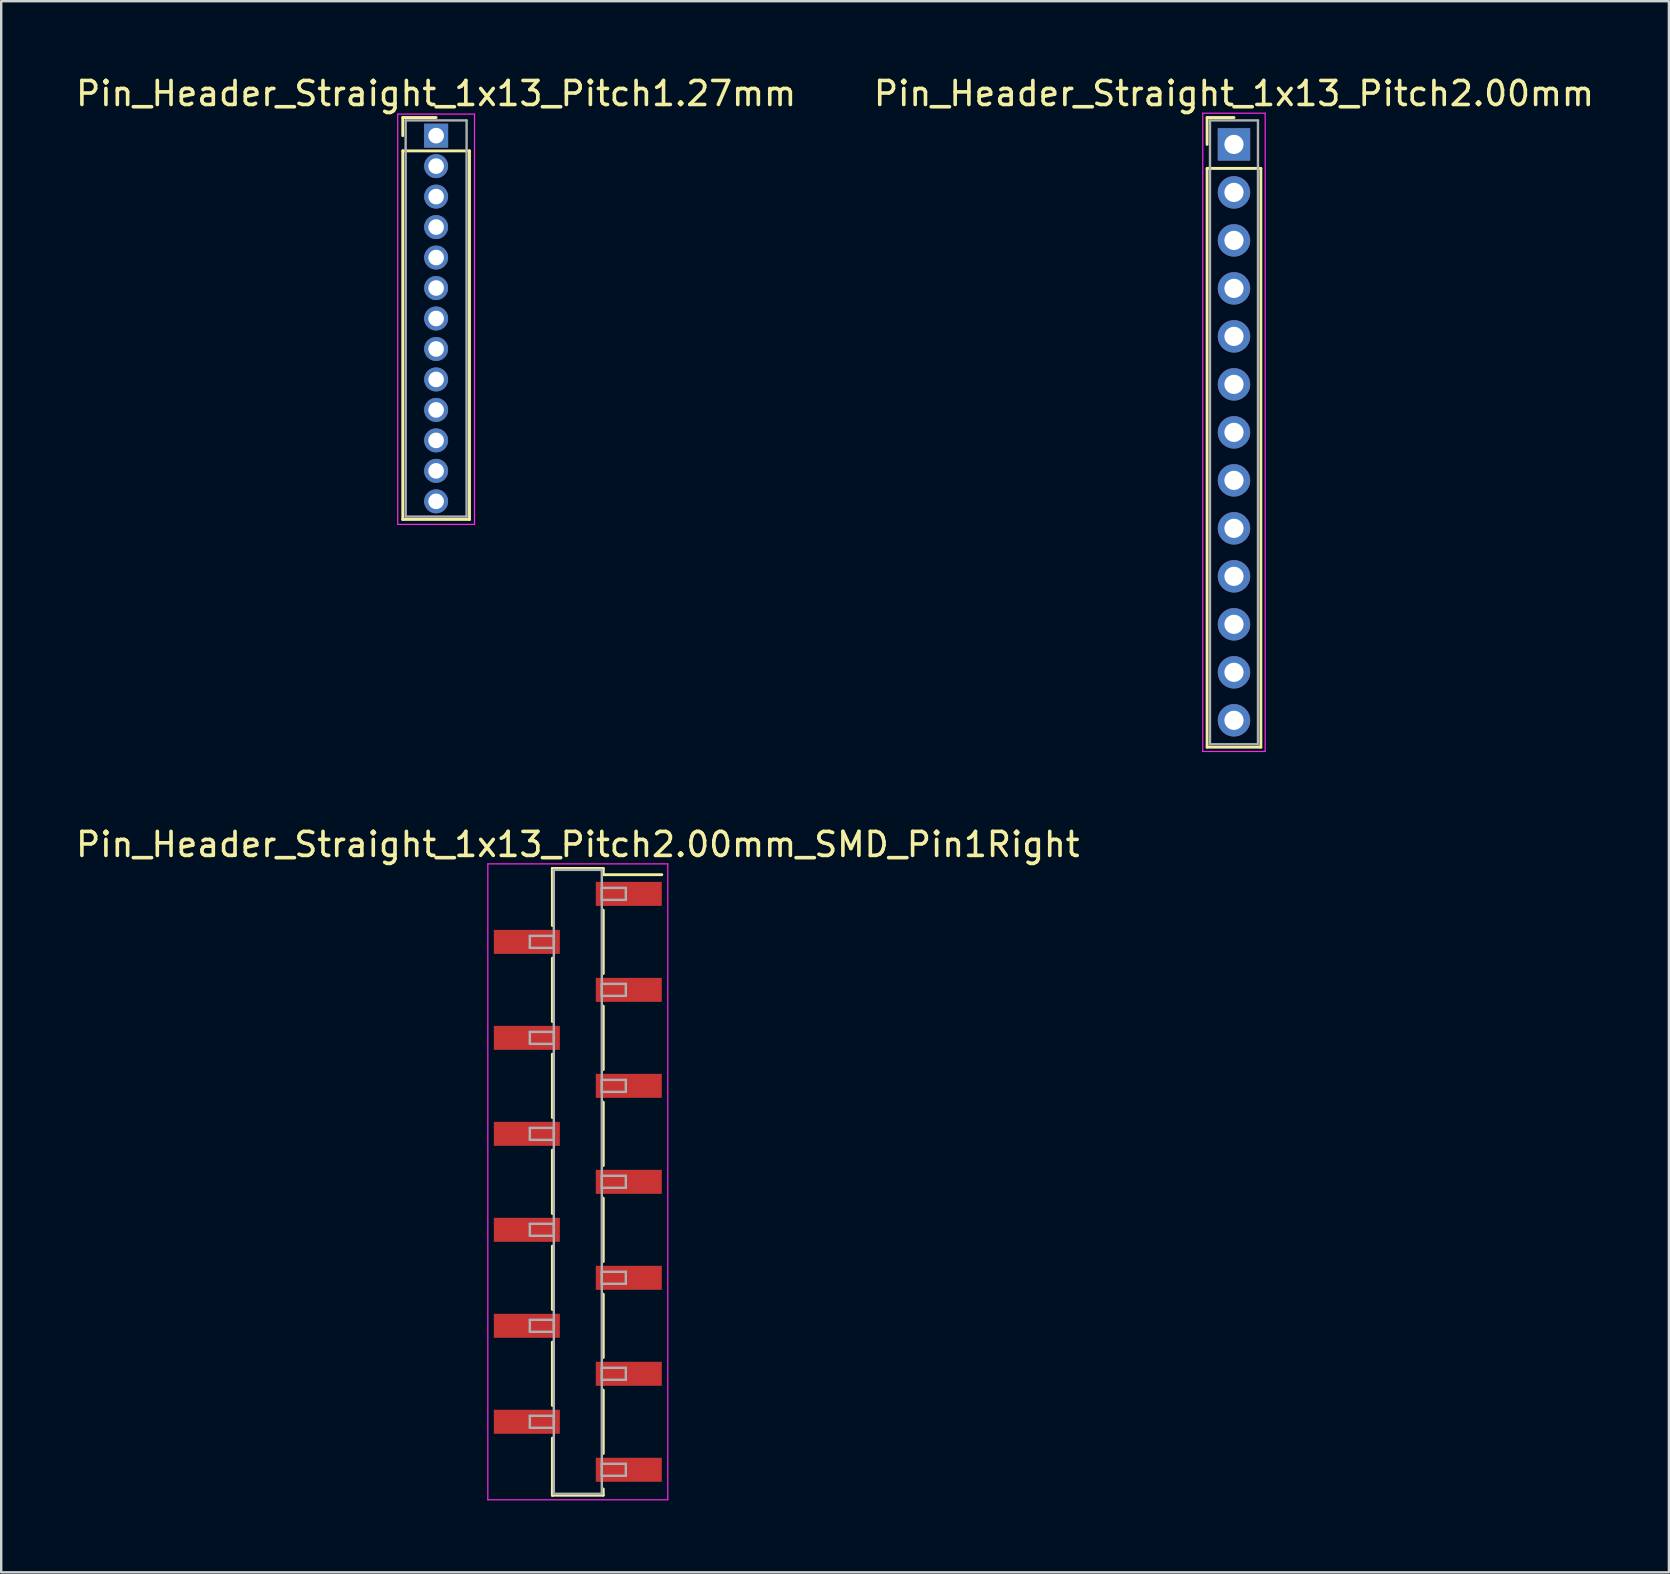
<source format=kicad_pcb>
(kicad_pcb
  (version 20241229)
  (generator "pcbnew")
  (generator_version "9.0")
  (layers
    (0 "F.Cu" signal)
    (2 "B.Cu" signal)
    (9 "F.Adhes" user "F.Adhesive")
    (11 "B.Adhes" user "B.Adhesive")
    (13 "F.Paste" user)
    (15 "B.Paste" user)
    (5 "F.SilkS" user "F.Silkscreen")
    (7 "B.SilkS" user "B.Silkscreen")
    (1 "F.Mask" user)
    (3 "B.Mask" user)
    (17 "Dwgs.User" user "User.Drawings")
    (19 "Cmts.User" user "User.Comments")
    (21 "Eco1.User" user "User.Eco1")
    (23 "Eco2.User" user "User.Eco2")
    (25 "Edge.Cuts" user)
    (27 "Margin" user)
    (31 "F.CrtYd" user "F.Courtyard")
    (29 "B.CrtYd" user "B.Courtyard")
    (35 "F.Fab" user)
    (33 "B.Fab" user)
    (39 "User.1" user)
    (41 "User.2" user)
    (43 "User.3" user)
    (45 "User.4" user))
  (footprint "Pin_Header_Straight_1x13_Pitch2.00mm_SMD_Pin1Right"
    (layer "F.Cu")
    (at 21.03 46.202)
    (property "Reference" "Pin_Header_Straight_1x13_Pitch2.00mm_SMD_Pin1Right" (at 0 -14.06 0) (layer "F.SilkS") (effects (font (size 1 1) (thickness 0.15))))
    (attr smd)
    (fp_line (start -1.06 -13.06) (end -1.06 -10.68) (stroke (width 0.12) (type solid)) (layer "F.SilkS"))
    (fp_line (start -1.06 -13.06) (end 1.06 -13.06) (stroke (width 0.12) (type solid)) (layer "F.SilkS"))
    (fp_line (start -1.06 -12.8) (end -1.06 -13.06) (stroke (width 0.12) (type solid)) (layer "F.SilkS"))
    (fp_line (start -1.06 -9.32) (end -1.06 -6.68) (stroke (width 0.12) (type solid)) (layer "F.SilkS"))
    (fp_line (start -1.06 -5.32) (end -1.06 -2.68) (stroke (width 0.12) (type solid)) (layer "F.SilkS"))
    (fp_line (start -1.06 -1.32) (end -1.06 1.32) (stroke (width 0.12) (type solid)) (layer "F.SilkS"))
    (fp_line (start -1.06 2.68) (end -1.06 5.32) (stroke (width 0.12) (type solid)) (layer "F.SilkS"))
    (fp_line (start -1.06 6.68) (end -1.06 9.32) (stroke (width 0.12) (type solid)) (layer "F.SilkS"))
    (fp_line (start -1.06 10.68) (end -1.06 13.06) (stroke (width 0.12) (type solid)) (layer "F.SilkS"))
    (fp_line (start -1.06 12.8) (end -1.06 13.06) (stroke (width 0.12) (type solid)) (layer "F.SilkS"))
    (fp_line (start -1.06 13.06) (end 1.06 13.06) (stroke (width 0.12) (type solid)) (layer "F.SilkS"))
    (fp_line (start 1.06 -13.06) (end 1.06 -12.8) (stroke (width 0.12) (type solid)) (layer "F.SilkS"))
    (fp_line (start 1.06 -12.8) (end 3.5 -12.8) (stroke (width 0.12) (type solid)) (layer "F.SilkS"))
    (fp_line (start 1.06 -11.32) (end 1.06 -8.68) (stroke (width 0.12) (type solid)) (layer "F.SilkS"))
    (fp_line (start 1.06 -7.32) (end 1.06 -4.68) (stroke (width 0.12) (type solid)) (layer "F.SilkS"))
    (fp_line (start 1.06 -3.32) (end 1.06 -0.68) (stroke (width 0.12) (type solid)) (layer "F.SilkS"))
    (fp_line (start 1.06 0.68) (end 1.06 3.32) (stroke (width 0.12) (type solid)) (layer "F.SilkS"))
    (fp_line (start 1.06 4.68) (end 1.06 7.32) (stroke (width 0.12) (type solid)) (layer "F.SilkS"))
    (fp_line (start 1.06 8.68) (end 1.06 11.32) (stroke (width 0.12) (type solid)) (layer "F.SilkS"))
    (fp_line (start 1.06 13.06) (end 1.06 12.8) (stroke (width 0.12) (type solid)) (layer "F.SilkS"))
    (fp_line (start -3.75 -13.25) (end -3.75 13.25) (stroke (width 0.05) (type solid)) (layer "F.CrtYd"))
    (fp_line (start -3.75 13.25) (end 3.75 13.25) (stroke (width 0.05) (type solid)) (layer "F.CrtYd"))
    (fp_line (start 3.75 -13.25) (end -3.75 -13.25) (stroke (width 0.05) (type solid)) (layer "F.CrtYd"))
    (fp_line (start 3.75 13.25) (end 3.75 -13.25) (stroke (width 0.05) (type solid)) (layer "F.CrtYd"))
    (fp_line (start -2 -10.25) (end -1 -10.25) (stroke (width 0.1) (type solid)) (layer "F.Fab"))
    (fp_line (start -2 -9.75) (end -2 -10.25) (stroke (width 0.1) (type solid)) (layer "F.Fab"))
    (fp_line (start -2 -6.25) (end -1 -6.25) (stroke (width 0.1) (type solid)) (layer "F.Fab"))
    (fp_line (start -2 -5.75) (end -2 -6.25) (stroke (width 0.1) (type solid)) (layer "F.Fab"))
    (fp_line (start -2 -2.25) (end -1 -2.25) (stroke (width 0.1) (type solid)) (layer "F.Fab"))
    (fp_line (start -2 -1.75) (end -2 -2.25) (stroke (width 0.1) (type solid)) (layer "F.Fab"))
    (fp_line (start -2 1.75) (end -1 1.75) (stroke (width 0.1) (type solid)) (layer "F.Fab"))
    (fp_line (start -2 2.25) (end -2 1.75) (stroke (width 0.1) (type solid)) (layer "F.Fab"))
    (fp_line (start -2 5.75) (end -1 5.75) (stroke (width 0.1) (type solid)) (layer "F.Fab"))
    (fp_line (start -2 6.25) (end -2 5.75) (stroke (width 0.1) (type solid)) (layer "F.Fab"))
    (fp_line (start -2 9.75) (end -1 9.75) (stroke (width 0.1) (type solid)) (layer "F.Fab"))
    (fp_line (start -2 10.25) (end -2 9.75) (stroke (width 0.1) (type solid)) (layer "F.Fab"))
    (fp_line (start -1 -13) (end -1 13) (stroke (width 0.1) (type solid)) (layer "F.Fab"))
    (fp_line (start -1 -10.25) (end -1 -9.75) (stroke (width 0.1) (type solid)) (layer "F.Fab"))
    (fp_line (start -1 -9.75) (end -2 -9.75) (stroke (width 0.1) (type solid)) (layer "F.Fab"))
    (fp_line (start -1 -6.25) (end -1 -5.75) (stroke (width 0.1) (type solid)) (layer "F.Fab"))
    (fp_line (start -1 -5.75) (end -2 -5.75) (stroke (width 0.1) (type solid)) (layer "F.Fab"))
    (fp_line (start -1 -2.25) (end -1 -1.75) (stroke (width 0.1) (type solid)) (layer "F.Fab"))
    (fp_line (start -1 -1.75) (end -2 -1.75) (stroke (width 0.1) (type solid)) (layer "F.Fab"))
    (fp_line (start -1 1.75) (end -1 2.25) (stroke (width 0.1) (type solid)) (layer "F.Fab"))
    (fp_line (start -1 2.25) (end -2 2.25) (stroke (width 0.1) (type solid)) (layer "F.Fab"))
    (fp_line (start -1 5.75) (end -1 6.25) (stroke (width 0.1) (type solid)) (layer "F.Fab"))
    (fp_line (start -1 6.25) (end -2 6.25) (stroke (width 0.1) (type solid)) (layer "F.Fab"))
    (fp_line (start -1 9.75) (end -1 10.25) (stroke (width 0.1) (type solid)) (layer "F.Fab"))
    (fp_line (start -1 10.25) (end -2 10.25) (stroke (width 0.1) (type solid)) (layer "F.Fab"))
    (fp_line (start -1 13) (end 1 13) (stroke (width 0.1) (type solid)) (layer "F.Fab"))
    (fp_line (start 1 -13) (end -1 -13) (stroke (width 0.1) (type solid)) (layer "F.Fab"))
    (fp_line (start 1 -12.25) (end 1 -11.75) (stroke (width 0.1) (type solid)) (layer "F.Fab"))
    (fp_line (start 1 -11.75) (end 2 -11.75) (stroke (width 0.1) (type solid)) (layer "F.Fab"))
    (fp_line (start 1 -8.25) (end 1 -7.75) (stroke (width 0.1) (type solid)) (layer "F.Fab"))
    (fp_line (start 1 -7.75) (end 2 -7.75) (stroke (width 0.1) (type solid)) (layer "F.Fab"))
    (fp_line (start 1 -4.25) (end 1 -3.75) (stroke (width 0.1) (type solid)) (layer "F.Fab"))
    (fp_line (start 1 -3.75) (end 2 -3.75) (stroke (width 0.1) (type solid)) (layer "F.Fab"))
    (fp_line (start 1 -0.25) (end 1 0.25) (stroke (width 0.1) (type solid)) (layer "F.Fab"))
    (fp_line (start 1 0.25) (end 2 0.25) (stroke (width 0.1) (type solid)) (layer "F.Fab"))
    (fp_line (start 1 3.75) (end 1 4.25) (stroke (width 0.1) (type solid)) (layer "F.Fab"))
    (fp_line (start 1 4.25) (end 2 4.25) (stroke (width 0.1) (type solid)) (layer "F.Fab"))
    (fp_line (start 1 7.75) (end 1 8.25) (stroke (width 0.1) (type solid)) (layer "F.Fab"))
    (fp_line (start 1 8.25) (end 2 8.25) (stroke (width 0.1) (type solid)) (layer "F.Fab"))
    (fp_line (start 1 11.75) (end 1 12.25) (stroke (width 0.1) (type solid)) (layer "F.Fab"))
    (fp_line (start 1 12.25) (end 2 12.25) (stroke (width 0.1) (type solid)) (layer "F.Fab"))
    (fp_line (start 1 13) (end 1 -13) (stroke (width 0.1) (type solid)) (layer "F.Fab"))
    (fp_line (start 2 -12.25) (end 1 -12.25) (stroke (width 0.1) (type solid)) (layer "F.Fab"))
    (fp_line (start 2 -11.75) (end 2 -12.25) (stroke (width 0.1) (type solid)) (layer "F.Fab"))
    (fp_line (start 2 -8.25) (end 1 -8.25) (stroke (width 0.1) (type solid)) (layer "F.Fab"))
    (fp_line (start 2 -7.75) (end 2 -8.25) (stroke (width 0.1) (type solid)) (layer "F.Fab"))
    (fp_line (start 2 -4.25) (end 1 -4.25) (stroke (width 0.1) (type solid)) (layer "F.Fab"))
    (fp_line (start 2 -3.75) (end 2 -4.25) (stroke (width 0.1) (type solid)) (layer "F.Fab"))
    (fp_line (start 2 -0.25) (end 1 -0.25) (stroke (width 0.1) (type solid)) (layer "F.Fab"))
    (fp_line (start 2 0.25) (end 2 -0.25) (stroke (width 0.1) (type solid)) (layer "F.Fab"))
    (fp_line (start 2 3.75) (end 1 3.75) (stroke (width 0.1) (type solid)) (layer "F.Fab"))
    (fp_line (start 2 4.25) (end 2 3.75) (stroke (width 0.1) (type solid)) (layer "F.Fab"))
    (fp_line (start 2 7.75) (end 1 7.75) (stroke (width 0.1) (type solid)) (layer "F.Fab"))
    (fp_line (start 2 8.25) (end 2 7.75) (stroke (width 0.1) (type solid)) (layer "F.Fab"))
    (fp_line (start 2 11.75) (end 1 11.75) (stroke (width 0.1) (type solid)) (layer "F.Fab"))
    (fp_line (start 2 12.25) (end 2 11.75) (stroke (width 0.1) (type solid)) (layer "F.Fab"))
    (pad "1" smd rect (at 2.125 -12) (size 2.75 1) (layers "F.Cu" "F.Mask"))
    (pad "2" smd rect (at -2.125 -10) (size 2.75 1) (layers "F.Cu" "F.Mask"))
    (pad "3" smd rect (at 2.125 -8) (size 2.75 1) (layers "F.Cu" "F.Mask"))
    (pad "4" smd rect (at -2.125 -6) (size 2.75 1) (layers "F.Cu" "F.Mask"))
    (pad "5" smd rect (at 2.125 -4) (size 2.75 1) (layers "F.Cu" "F.Mask"))
    (pad "6" smd rect (at -2.125 -2) (size 2.75 1) (layers "F.Cu" "F.Mask"))
    (pad "7" smd rect (at 2.125 0) (size 2.75 1) (layers "F.Cu" "F.Mask"))
    (pad "8" smd rect (at -2.125 2) (size 2.75 1) (layers "F.Cu" "F.Mask"))
    (pad "9" smd rect (at 2.125 4) (size 2.75 1) (layers "F.Cu" "F.Mask"))
    (pad "10" smd rect (at -2.125 6) (size 2.75 1) (layers "F.Cu" "F.Mask"))
    (pad "11" smd rect (at 2.125 8) (size 2.75 1) (layers "F.Cu" "F.Mask"))
    (pad "12" smd rect (at -2.125 10) (size 2.75 1) (layers "F.Cu" "F.Mask"))
    (pad "13" smd rect (at 2.125 12) (size 2.75 1) (layers "F.Cu" "F.Mask")))
  (footprint "Pin_Header_Straight_1x13_Pitch1.27mm"
    (layer "F.Cu")
    (at 15.125 2.603)
    (property "Reference" "Pin_Header_Straight_1x13_Pitch1.27mm" (at 0 -1.755 0) (layer "F.SilkS") (effects (font (size 1 1) (thickness 0.15))))
    (attr through_hole)
    (fp_line (start -1.39 -0.755) (end 0 -0.755) (stroke (width 0.12) (type solid)) (layer "F.SilkS"))
    (fp_line (start -1.39 0) (end -1.39 -0.755) (stroke (width 0.12) (type solid)) (layer "F.SilkS"))
    (fp_line (start -1.39 0.635) (end -1.39 15.995) (stroke (width 0.12) (type solid)) (layer "F.SilkS"))
    (fp_line (start -1.39 15.995) (end 1.39 15.995) (stroke (width 0.12) (type solid)) (layer "F.SilkS"))
    (fp_line (start 1.39 0.635) (end -1.39 0.635) (stroke (width 0.12) (type solid)) (layer "F.SilkS"))
    (fp_line (start 1.39 15.995) (end 1.39 0.635) (stroke (width 0.12) (type solid)) (layer "F.SilkS"))
    (fp_line (start -1.6 -0.9) (end -1.6 16.2) (stroke (width 0.05) (type solid)) (layer "F.CrtYd"))
    (fp_line (start -1.6 16.2) (end 1.6 16.2) (stroke (width 0.05) (type solid)) (layer "F.CrtYd"))
    (fp_line (start 1.6 -0.9) (end -1.6 -0.9) (stroke (width 0.05) (type solid)) (layer "F.CrtYd"))
    (fp_line (start 1.6 16.2) (end 1.6 -0.9) (stroke (width 0.05) (type solid)) (layer "F.CrtYd"))
    (fp_line (start -1.27 -0.635) (end -1.27 15.875) (stroke (width 0.1) (type solid)) (layer "F.Fab"))
    (fp_line (start -1.27 15.875) (end 1.27 15.875) (stroke (width 0.1) (type solid)) (layer "F.Fab"))
    (fp_line (start 1.27 -0.635) (end -1.27 -0.635) (stroke (width 0.1) (type solid)) (layer "F.Fab"))
    (fp_line (start 1.27 15.875) (end 1.27 -0.635) (stroke (width 0.1) (type solid)) (layer "F.Fab"))
    (pad "1" thru_hole rect (at 0 0) (size 1 1) (drill 0.65) (layers "*.Cu" "*.Mask"))
    (pad "2" thru_hole oval (at 0 1.27) (size 1 1) (drill 0.65) (layers "*.Cu" "*.Mask"))
    (pad "3" thru_hole oval (at 0 2.54) (size 1 1) (drill 0.65) (layers "*.Cu" "*.Mask"))
    (pad "4" thru_hole oval (at 0 3.81) (size 1 1) (drill 0.65) (layers "*.Cu" "*.Mask"))
    (pad "5" thru_hole oval (at 0 5.08) (size 1 1) (drill 0.65) (layers "*.Cu" "*.Mask"))
    (pad "6" thru_hole oval (at 0 6.35) (size 1 1) (drill 0.65) (layers "*.Cu" "*.Mask"))
    (pad "7" thru_hole oval (at 0 7.62) (size 1 1) (drill 0.65) (layers "*.Cu" "*.Mask"))
    (pad "8" thru_hole oval (at 0 8.89) (size 1 1) (drill 0.65) (layers "*.Cu" "*.Mask"))
    (pad "9" thru_hole oval (at 0 10.16) (size 1 1) (drill 0.65) (layers "*.Cu" "*.Mask"))
    (pad "10" thru_hole oval (at 0 11.43) (size 1 1) (drill 0.65) (layers "*.Cu" "*.Mask"))
    (pad "11" thru_hole oval (at 0 12.7) (size 1 1) (drill 0.65) (layers "*.Cu" "*.Mask"))
    (pad "12" thru_hole oval (at 0 13.97) (size 1 1) (drill 0.65) (layers "*.Cu" "*.Mask"))
    (pad "13" thru_hole oval (at 0 15.24) (size 1 1) (drill 0.65) (layers "*.Cu" "*.Mask")))
  (footprint "Pin_Header_Straight_1x13_Pitch2.00mm"
    (layer "F.Cu")
    (at 48.375 2.968)
    (property "Reference" "Pin_Header_Straight_1x13_Pitch2.00mm" (at 0 -2.12 0) (layer "F.SilkS") (effects (font (size 1 1) (thickness 0.15))))
    (attr through_hole)
    (fp_line (start -1.12 -1.12) (end 0 -1.12) (stroke (width 0.12) (type solid)) (layer "F.SilkS"))
    (fp_line (start -1.12 0) (end -1.12 -1.12) (stroke (width 0.12) (type solid)) (layer "F.SilkS"))
    (fp_line (start -1.12 1) (end -1.12 25.12) (stroke (width 0.12) (type solid)) (layer "F.SilkS"))
    (fp_line (start -1.12 25.12) (end 1.12 25.12) (stroke (width 0.12) (type solid)) (layer "F.SilkS"))
    (fp_line (start 1.12 1) (end -1.12 1) (stroke (width 0.12) (type solid)) (layer "F.SilkS"))
    (fp_line (start 1.12 25.12) (end 1.12 1) (stroke (width 0.12) (type solid)) (layer "F.SilkS"))
    (fp_line (start -1.3 -1.3) (end -1.3 25.3) (stroke (width 0.05) (type solid)) (layer "F.CrtYd"))
    (fp_line (start -1.3 25.3) (end 1.3 25.3) (stroke (width 0.05) (type solid)) (layer "F.CrtYd"))
    (fp_line (start 1.3 -1.3) (end -1.3 -1.3) (stroke (width 0.05) (type solid)) (layer "F.CrtYd"))
    (fp_line (start 1.3 25.3) (end 1.3 -1.3) (stroke (width 0.05) (type solid)) (layer "F.CrtYd"))
    (fp_line (start -1 -1) (end -1 25) (stroke (width 0.1) (type solid)) (layer "F.Fab"))
    (fp_line (start -1 25) (end 1 25) (stroke (width 0.1) (type solid)) (layer "F.Fab"))
    (fp_line (start 1 -1) (end -1 -1) (stroke (width 0.1) (type solid)) (layer "F.Fab"))
    (fp_line (start 1 25) (end 1 -1) (stroke (width 0.1) (type solid)) (layer "F.Fab"))
    (pad "1" thru_hole rect (at 0 0) (size 1.35 1.35) (drill 0.8) (layers "*.Cu" "*.Mask"))
    (pad "2" thru_hole oval (at 0 2) (size 1.35 1.35) (drill 0.8) (layers "*.Cu" "*.Mask"))
    (pad "3" thru_hole oval (at 0 4) (size 1.35 1.35) (drill 0.8) (layers "*.Cu" "*.Mask"))
    (pad "4" thru_hole oval (at 0 6) (size 1.35 1.35) (drill 0.8) (layers "*.Cu" "*.Mask"))
    (pad "5" thru_hole oval (at 0 8) (size 1.35 1.35) (drill 0.8) (layers "*.Cu" "*.Mask"))
    (pad "6" thru_hole oval (at 0 10) (size 1.35 1.35) (drill 0.8) (layers "*.Cu" "*.Mask"))
    (pad "7" thru_hole oval (at 0 12) (size 1.35 1.35) (drill 0.8) (layers "*.Cu" "*.Mask"))
    (pad "8" thru_hole oval (at 0 14) (size 1.35 1.35) (drill 0.8) (layers "*.Cu" "*.Mask"))
    (pad "9" thru_hole oval (at 0 16) (size 1.35 1.35) (drill 0.8) (layers "*.Cu" "*.Mask"))
    (pad "10" thru_hole oval (at 0 18) (size 1.35 1.35) (drill 0.8) (layers "*.Cu" "*.Mask"))
    (pad "11" thru_hole oval (at 0 20) (size 1.35 1.35) (drill 0.8) (layers "*.Cu" "*.Mask"))
    (pad "12" thru_hole oval (at 0 22) (size 1.35 1.35) (drill 0.8) (layers "*.Cu" "*.Mask"))
    (pad "13" thru_hole oval (at 0 24) (size 1.35 1.35) (drill 0.8) (layers "*.Cu" "*.Mask")))
  (gr_rect
    (start -3 -3)
    (end 66.5 62.477)
    (stroke (width 0.1) (type default))
    (fill no)
    (layer "Edge.Cuts")))
</source>
